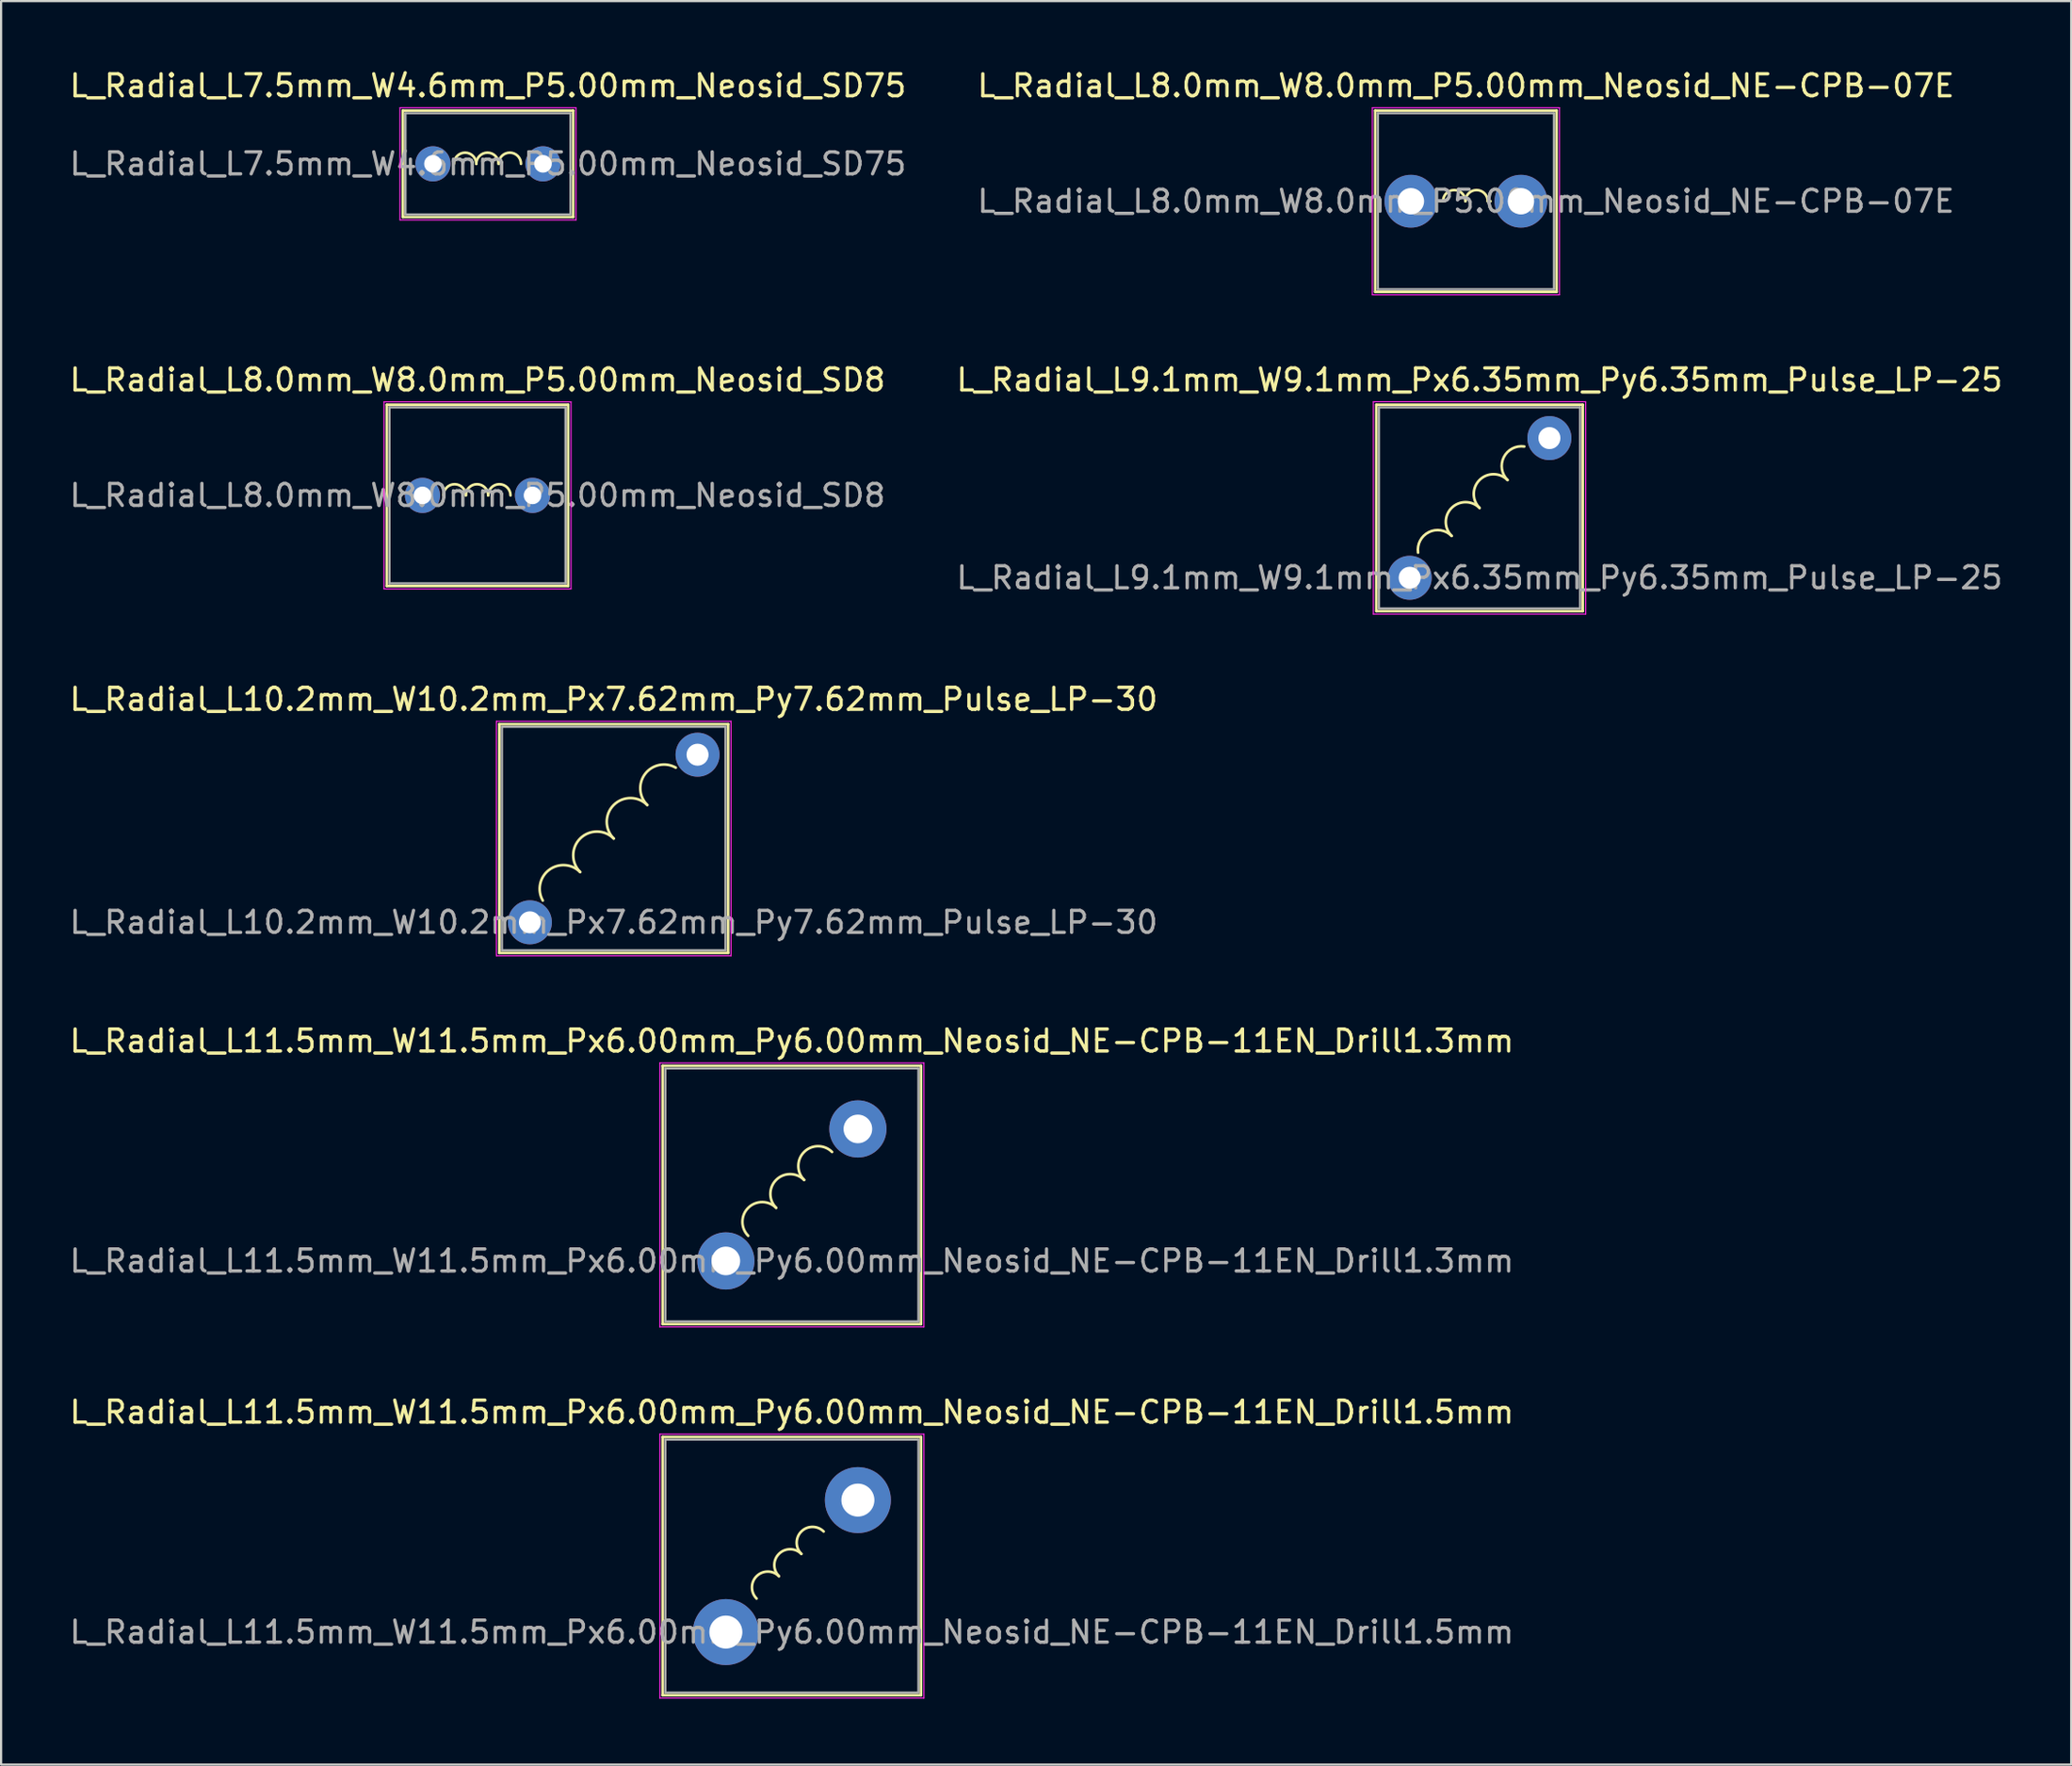
<source format=kicad_pcb>
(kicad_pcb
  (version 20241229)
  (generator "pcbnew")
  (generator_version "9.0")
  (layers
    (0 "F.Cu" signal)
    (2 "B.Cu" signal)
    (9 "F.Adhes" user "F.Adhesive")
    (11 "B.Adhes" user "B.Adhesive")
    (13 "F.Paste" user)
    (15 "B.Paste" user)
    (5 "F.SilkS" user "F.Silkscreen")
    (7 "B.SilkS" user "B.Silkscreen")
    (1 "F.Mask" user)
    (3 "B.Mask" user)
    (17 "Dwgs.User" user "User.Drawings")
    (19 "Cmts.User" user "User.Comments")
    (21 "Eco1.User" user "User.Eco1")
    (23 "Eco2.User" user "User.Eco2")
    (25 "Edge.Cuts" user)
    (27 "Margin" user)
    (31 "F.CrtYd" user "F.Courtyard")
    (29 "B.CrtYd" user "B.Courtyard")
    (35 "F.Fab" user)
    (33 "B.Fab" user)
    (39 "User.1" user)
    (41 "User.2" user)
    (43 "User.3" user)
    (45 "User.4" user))
  (footprint "L_Radial_L7.5mm_W4.6mm_P5.00mm_Neosid_SD75"
    (layer "F.Cu")
    (at 16.625 4.398)
    (property "Reference" "L_Radial_L7.5mm_W4.6mm_P5.00mm_Neosid_SD75" (at 2.5 -3.55 0) (layer "F.SilkS") (effects (font (size 1 1) (thickness 0.15))))
    (attr through_hole)
    (fp_line (start -1.37 -2.42) (end -1.37 2.42) (stroke (width 0.12) (type solid)) (layer "F.SilkS"))
    (fp_line (start -1.37 -2.42) (end 6.37 -2.42) (stroke (width 0.12) (type solid)) (layer "F.SilkS"))
    (fp_line (start -1.37 2.42) (end 6.37 2.42) (stroke (width 0.12) (type solid)) (layer "F.SilkS"))
    (fp_line (start 6.37 -2.42) (end 6.37 2.42) (stroke (width 0.12) (type solid)) (layer "F.SilkS"))
    (fp_arc (start 0.9525 0) (mid 1.4605 -0.508) (end 1.9685 0) (stroke (width 0.12) (type solid)) (layer "F.SilkS"))
    (fp_arc (start 1.9685 0) (mid 2.4765 -0.508) (end 2.9845 0) (stroke (width 0.12) (type solid)) (layer "F.SilkS"))
    (fp_arc (start 2.9845 0) (mid 3.4925 -0.508) (end 4.0005 0) (stroke (width 0.12) (type solid)) (layer "F.SilkS"))
    (fp_line (start -1.5 -2.55) (end -1.5 2.55) (stroke (width 0.05) (type solid)) (layer "F.CrtYd"))
    (fp_line (start -1.5 2.55) (end 6.5 2.55) (stroke (width 0.05) (type solid)) (layer "F.CrtYd"))
    (fp_line (start 6.5 -2.55) (end -1.5 -2.55) (stroke (width 0.05) (type solid)) (layer "F.CrtYd"))
    (fp_line (start 6.5 2.55) (end 6.5 -2.55) (stroke (width 0.05) (type solid)) (layer "F.CrtYd"))
    (fp_line (start -1.25 -2.3) (end -1.25 2.3) (stroke (width 0.1) (type solid)) (layer "F.Fab"))
    (fp_line (start -1.25 2.3) (end 6.25 2.3) (stroke (width 0.1) (type solid)) (layer "F.Fab"))
    (fp_line (start 6.25 -2.3) (end -1.25 -2.3) (stroke (width 0.1) (type solid)) (layer "F.Fab"))
    (fp_line (start 6.25 2.3) (end 6.25 -2.3) (stroke (width 0.1) (type solid)) (layer "F.Fab"))
    (fp_text user "${REFERENCE}" (at 2.5 0 0) (layer "F.Fab") (effects (font (size 1 1) (thickness 0.15))))
    (pad "1" thru_hole circle (at 0 0) (size 1.6 1.6) (drill 0.8) (layers "*.Cu" "*.Mask"))
    (pad "2" thru_hole circle (at 5 0) (size 1.6 1.6) (drill 0.8) (layers "*.Cu" "*.Mask")))
  (footprint "L_Radial_L11.5mm_W11.5mm_Px6.00mm_Py6.00mm_Neosid_NE-CPB-11EN_Drill1.3mm"
    (layer "F.Cu")
    (at 29.935 54.273)
    (property "Reference" "L_Radial_L11.5mm_W11.5mm_Px6.00mm_Py6.00mm_Neosid_NE-CPB-11EN_Drill1.3mm" (at 3 -10 0) (layer "F.SilkS") (effects (font (size 1 1) (thickness 0.15))))
    (attr through_hole)
    (fp_line (start -2.87 -8.87) (end -2.87 2.87) (stroke (width 0.12) (type solid)) (layer "F.SilkS"))
    (fp_line (start -2.87 -8.87) (end 8.87 -8.87) (stroke (width 0.12) (type solid)) (layer "F.SilkS"))
    (fp_line (start -2.87 2.87) (end 8.87 2.87) (stroke (width 0.12) (type solid)) (layer "F.SilkS"))
    (fp_line (start 8.87 -8.87) (end 8.87 2.87) (stroke (width 0.12) (type solid)) (layer "F.SilkS"))
    (fp_arc (start 1.016 -1.143) (mid 1.016 -2.412998) (end 2.285998 -2.412998) (stroke (width 0.12) (type solid)) (layer "F.SilkS"))
    (fp_arc (start 2.286 -2.413) (mid 2.286 -3.682998) (end 3.555998 -3.682998) (stroke (width 0.12) (type solid)) (layer "F.SilkS"))
    (fp_arc (start 3.556 -3.683) (mid 3.556 -4.952998) (end 4.825998 -4.952998) (stroke (width 0.12) (type solid)) (layer "F.SilkS"))
    (fp_line (start -3 -9) (end -3 3) (stroke (width 0.05) (type solid)) (layer "F.CrtYd"))
    (fp_line (start -3 3) (end 9 3) (stroke (width 0.05) (type solid)) (layer "F.CrtYd"))
    (fp_line (start 9 -9) (end -3 -9) (stroke (width 0.05) (type solid)) (layer "F.CrtYd"))
    (fp_line (start 9 3) (end 9 -9) (stroke (width 0.05) (type solid)) (layer "F.CrtYd"))
    (fp_line (start -2.75 -8.75) (end -2.75 2.75) (stroke (width 0.1) (type solid)) (layer "F.Fab"))
    (fp_line (start -2.75 2.75) (end 8.75 2.75) (stroke (width 0.1) (type solid)) (layer "F.Fab"))
    (fp_line (start 8.75 -8.75) (end -2.75 -8.75) (stroke (width 0.1) (type solid)) (layer "F.Fab"))
    (fp_line (start 8.75 2.75) (end 8.75 -8.75) (stroke (width 0.1) (type solid)) (layer "F.Fab"))
    (fp_text user "${REFERENCE}" (at 3 0 0) (layer "F.Fab") (effects (font (size 1 1) (thickness 0.15))))
    (pad "1" thru_hole circle (at 0 0) (size 2.6 2.6) (drill 1.3) (layers "*.Cu" "*.Mask"))
    (pad "2" thru_hole circle (at 6 -6) (size 2.6 2.6) (drill 1.3) (layers "*.Cu" "*.Mask")))
  (footprint "L_Radial_L8.0mm_W8.0mm_P5.00mm_Neosid_NE-CPB-07E"
    (layer "F.Cu")
    (at 61.065 6.098)
    (property "Reference" "L_Radial_L8.0mm_W8.0mm_P5.00mm_Neosid_NE-CPB-07E" (at 2.5 -5.25 0) (layer "F.SilkS") (effects (font (size 1 1) (thickness 0.15))))
    (attr through_hole)
    (fp_line (start -1.62 -4.12) (end -1.62 4.12) (stroke (width 0.12) (type solid)) (layer "F.SilkS"))
    (fp_line (start -1.62 -4.12) (end 6.62 -4.12) (stroke (width 0.12) (type solid)) (layer "F.SilkS"))
    (fp_line (start -1.62 4.12) (end 6.62 4.12) (stroke (width 0.12) (type solid)) (layer "F.SilkS"))
    (fp_line (start 1.46 0) (end 1.333 0) (stroke (width 0.12) (type solid)) (layer "F.SilkS"))
    (fp_line (start 3.493 0) (end 3.619 0) (stroke (width 0.12) (type solid)) (layer "F.SilkS"))
    (fp_line (start 6.62 -4.12) (end 6.62 4.12) (stroke (width 0.12) (type solid)) (layer "F.SilkS"))
    (fp_arc (start 1.4605 0) (mid 1.9685 -0.508) (end 2.4765 0) (stroke (width 0.12) (type solid)) (layer "F.SilkS"))
    (fp_arc (start 2.4765 0) (mid 2.9845 -0.508) (end 3.4925 0) (stroke (width 0.12) (type solid)) (layer "F.SilkS"))
    (fp_line (start -1.75 -4.25) (end -1.75 4.25) (stroke (width 0.05) (type solid)) (layer "F.CrtYd"))
    (fp_line (start -1.75 4.25) (end 6.75 4.25) (stroke (width 0.05) (type solid)) (layer "F.CrtYd"))
    (fp_line (start 6.75 -4.25) (end -1.75 -4.25) (stroke (width 0.05) (type solid)) (layer "F.CrtYd"))
    (fp_line (start 6.75 4.25) (end 6.75 -4.25) (stroke (width 0.05) (type solid)) (layer "F.CrtYd"))
    (fp_line (start -1.5 -4) (end -1.5 4) (stroke (width 0.1) (type solid)) (layer "F.Fab"))
    (fp_line (start -1.5 4) (end 6.5 4) (stroke (width 0.1) (type solid)) (layer "F.Fab"))
    (fp_line (start 6.5 -4) (end -1.5 -4) (stroke (width 0.1) (type solid)) (layer "F.Fab"))
    (fp_line (start 6.5 4) (end 6.5 -4) (stroke (width 0.1) (type solid)) (layer "F.Fab"))
    (fp_text user "${REFERENCE}" (at 2.5 0 0) (layer "F.Fab") (effects (font (size 1 1) (thickness 0.15))))
    (pad "1" thru_hole circle (at 0 0) (size 2.4 2.4) (drill 1.2) (layers "*.Cu" "*.Mask"))
    (pad "2" thru_hole circle (at 5 0) (size 2.4 2.4) (drill 1.2) (layers "*.Cu" "*.Mask")))
  (footprint "L_Radial_L10.2mm_W10.2mm_Px7.62mm_Py7.62mm_Pulse_LP-30"
    (layer "F.Cu")
    (at 21.029 38.88)
    (property "Reference" "L_Radial_L10.2mm_W10.2mm_Px7.62mm_Py7.62mm_Pulse_LP-30" (at 3.81 -10.14 0) (layer "F.SilkS") (effects (font (size 1 1) (thickness 0.15))))
    (attr through_hole)
    (fp_line (start -1.39 -9.01) (end -1.39 1.39) (stroke (width 0.12) (type solid)) (layer "F.SilkS"))
    (fp_line (start -1.39 -9.01) (end 9.01 -9.01) (stroke (width 0.12) (type solid)) (layer "F.SilkS"))
    (fp_line (start -1.39 1.39) (end 9.01 1.39) (stroke (width 0.12) (type solid)) (layer "F.SilkS"))
    (fp_line (start 9.01 -9.01) (end 9.01 1.39) (stroke (width 0.12) (type solid)) (layer "F.SilkS"))
    (fp_arc (start 0.588353 -0.989345) (mid 0.869884 -2.380402) (end 2.286001 -2.286001) (stroke (width 0.12) (type solid)) (layer "F.SilkS"))
    (fp_arc (start 2.285999 -2.285999) (mid 2.285999 -3.810001) (end 3.810001 -3.810001) (stroke (width 0.12) (type solid)) (layer "F.SilkS"))
    (fp_arc (start 3.809999 -3.809999) (mid 3.809999 -5.334001) (end 5.334001 -5.334001) (stroke (width 0.12) (type solid)) (layer "F.SilkS"))
    (fp_arc (start 5.334001 -5.334001) (mid 5.239601 -6.750114) (end 6.630654 -7.031644) (stroke (width 0.12) (type solid)) (layer "F.SilkS"))
    (fp_line (start -1.52 -9.14) (end -1.52 1.52) (stroke (width 0.05) (type solid)) (layer "F.CrtYd"))
    (fp_line (start -1.52 1.52) (end 9.14 1.52) (stroke (width 0.05) (type solid)) (layer "F.CrtYd"))
    (fp_line (start 9.14 -9.14) (end -1.52 -9.14) (stroke (width 0.05) (type solid)) (layer "F.CrtYd"))
    (fp_line (start 9.14 1.52) (end 9.14 -9.14) (stroke (width 0.05) (type solid)) (layer "F.CrtYd"))
    (fp_line (start -1.27 -8.89) (end -1.27 1.27) (stroke (width 0.1) (type solid)) (layer "F.Fab"))
    (fp_line (start -1.27 1.27) (end 8.89 1.27) (stroke (width 0.1) (type solid)) (layer "F.Fab"))
    (fp_line (start 8.89 -8.89) (end -1.27 -8.89) (stroke (width 0.1) (type solid)) (layer "F.Fab"))
    (fp_line (start 8.89 1.27) (end 8.89 -8.89) (stroke (width 0.1) (type solid)) (layer "F.Fab"))
    (fp_text user "${REFERENCE}" (at 3.81 0 0) (layer "F.Fab") (effects (font (size 1 1) (thickness 0.15))))
    (pad "1" thru_hole circle (at 0 0) (size 2 2) (drill 1) (layers "*.Cu" "*.Mask"))
    (pad "2" thru_hole circle (at 7.62 -7.62) (size 2 2) (drill 1) (layers "*.Cu" "*.Mask")))
  (footprint "L_Radial_L11.5mm_W11.5mm_Px6.00mm_Py6.00mm_Neosid_NE-CPB-11EN_Drill1.5mm"
    (layer "F.Cu")
    (at 29.935 71.146)
    (property "Reference" "L_Radial_L11.5mm_W11.5mm_Px6.00mm_Py6.00mm_Neosid_NE-CPB-11EN_Drill1.5mm" (at 3 -10 0) (layer "F.SilkS") (effects (font (size 1 1) (thickness 0.15))))
    (attr through_hole)
    (fp_line (start -2.87 -8.87) (end -2.87 2.87) (stroke (width 0.12) (type solid)) (layer "F.SilkS"))
    (fp_line (start -2.87 -8.87) (end 8.87 -8.87) (stroke (width 0.12) (type solid)) (layer "F.SilkS"))
    (fp_line (start -2.87 2.87) (end 8.87 2.87) (stroke (width 0.12) (type solid)) (layer "F.SilkS"))
    (fp_line (start 8.87 -8.87) (end 8.87 2.87) (stroke (width 0.12) (type solid)) (layer "F.SilkS"))
    (fp_arc (start 1.396996 -1.523996) (mid 1.396996 -2.539998) (end 2.412998 -2.539998) (stroke (width 0.12) (type solid)) (layer "F.SilkS"))
    (fp_arc (start 2.412998 -2.539998) (mid 2.412998 -3.556) (end 3.429 -3.556) (stroke (width 0.12) (type solid)) (layer "F.SilkS"))
    (fp_arc (start 3.429 -3.556) (mid 3.429 -4.571998) (end 4.444998 -4.571998) (stroke (width 0.12) (type solid)) (layer "F.SilkS"))
    (fp_line (start -3 -9) (end -3 3) (stroke (width 0.05) (type solid)) (layer "F.CrtYd"))
    (fp_line (start -3 3) (end 9 3) (stroke (width 0.05) (type solid)) (layer "F.CrtYd"))
    (fp_line (start 9 -9) (end -3 -9) (stroke (width 0.05) (type solid)) (layer "F.CrtYd"))
    (fp_line (start 9 3) (end 9 -9) (stroke (width 0.05) (type solid)) (layer "F.CrtYd"))
    (fp_line (start -2.75 -8.75) (end -2.75 2.75) (stroke (width 0.1) (type solid)) (layer "F.Fab"))
    (fp_line (start -2.75 2.75) (end 8.75 2.75) (stroke (width 0.1) (type solid)) (layer "F.Fab"))
    (fp_line (start 8.75 -8.75) (end -2.75 -8.75) (stroke (width 0.1) (type solid)) (layer "F.Fab"))
    (fp_line (start 8.75 2.75) (end 8.75 -8.75) (stroke (width 0.1) (type solid)) (layer "F.Fab"))
    (fp_text user "${REFERENCE}" (at 3 0 0) (layer "F.Fab") (effects (font (size 1 1) (thickness 0.15))))
    (pad "1" thru_hole circle (at 0 0) (size 3 3) (drill 1.5) (layers "*.Cu" "*.Mask"))
    (pad "2" thru_hole circle (at 6 -6) (size 3 3) (drill 1.5) (layers "*.Cu" "*.Mask")))
  (footprint "L_Radial_L8.0mm_W8.0mm_P5.00mm_Neosid_SD8"
    (layer "F.Cu")
    (at 16.149 19.471)
    (property "Reference" "L_Radial_L8.0mm_W8.0mm_P5.00mm_Neosid_SD8" (at 2.5 -5.25 0) (layer "F.SilkS") (effects (font (size 1 1) (thickness 0.15))))
    (attr through_hole)
    (fp_line (start -1.62 -4.12) (end -1.62 4.12) (stroke (width 0.12) (type solid)) (layer "F.SilkS"))
    (fp_line (start -1.62 -4.12) (end 6.62 -4.12) (stroke (width 0.12) (type solid)) (layer "F.SilkS"))
    (fp_line (start -1.62 4.12) (end 6.62 4.12) (stroke (width 0.12) (type solid)) (layer "F.SilkS"))
    (fp_line (start 6.62 -4.12) (end 6.62 4.12) (stroke (width 0.12) (type solid)) (layer "F.SilkS"))
    (fp_arc (start 0.9525 0) (mid 1.4605 -0.508) (end 1.9685 0) (stroke (width 0.12) (type solid)) (layer "F.SilkS"))
    (fp_arc (start 1.9685 0) (mid 2.4765 -0.508) (end 2.9845 0) (stroke (width 0.12) (type solid)) (layer "F.SilkS"))
    (fp_arc (start 2.9845 0) (mid 3.4925 -0.508) (end 4.0005 0) (stroke (width 0.12) (type solid)) (layer "F.SilkS"))
    (fp_line (start -1.75 -4.25) (end -1.75 4.25) (stroke (width 0.05) (type solid)) (layer "F.CrtYd"))
    (fp_line (start -1.75 4.25) (end 6.75 4.25) (stroke (width 0.05) (type solid)) (layer "F.CrtYd"))
    (fp_line (start 6.75 -4.25) (end -1.75 -4.25) (stroke (width 0.05) (type solid)) (layer "F.CrtYd"))
    (fp_line (start 6.75 4.25) (end 6.75 -4.25) (stroke (width 0.05) (type solid)) (layer "F.CrtYd"))
    (fp_line (start -1.5 -4) (end -1.5 4) (stroke (width 0.1) (type solid)) (layer "F.Fab"))
    (fp_line (start -1.5 4) (end 6.5 4) (stroke (width 0.1) (type solid)) (layer "F.Fab"))
    (fp_line (start 6.5 -4) (end -1.5 -4) (stroke (width 0.1) (type solid)) (layer "F.Fab"))
    (fp_line (start 6.5 4) (end 6.5 -4) (stroke (width 0.1) (type solid)) (layer "F.Fab"))
    (fp_text user "${REFERENCE}" (at 2.5 0 0) (layer "F.Fab") (effects (font (size 1 1) (thickness 0.15))))
    (pad "1" thru_hole circle (at 0 0) (size 1.6 1.6) (drill 0.8) (layers "*.Cu" "*.Mask"))
    (pad "2" thru_hole circle (at 5 0) (size 1.6 1.6) (drill 0.8) (layers "*.Cu" "*.Mask")))
  (footprint "L_Radial_L9.1mm_W9.1mm_Px6.35mm_Py6.35mm_Pulse_LP-25"
    (layer "F.Cu")
    (at 61.01 23.216)
    (property "Reference" "L_Radial_L9.1mm_W9.1mm_Px6.35mm_Py6.35mm_Pulse_LP-25" (at 3.175 -8.995 0) (layer "F.SilkS") (effects (font (size 1 1) (thickness 0.15))))
    (attr through_hole)
    (fp_line (start -1.515 -7.865) (end -1.515 1.515) (stroke (width 0.12) (type solid)) (layer "F.SilkS"))
    (fp_line (start -1.515 -7.865) (end 7.865 -7.865) (stroke (width 0.12) (type solid)) (layer "F.SilkS"))
    (fp_line (start -1.515 1.515) (end 7.865 1.515) (stroke (width 0.12) (type solid)) (layer "F.SilkS"))
    (fp_line (start 7.865 -7.865) (end 7.865 1.515) (stroke (width 0.12) (type solid)) (layer "F.SilkS"))
    (fp_arc (start 0.381001 -1.143) (mid 0.868391 -2.073218) (end 1.904999 -1.904999) (stroke (width 0.12) (type solid)) (layer "F.SilkS"))
    (fp_arc (start 1.905001 -1.905001) (mid 1.905001 -3.174999) (end 3.174999 -3.174999) (stroke (width 0.12) (type solid)) (layer "F.SilkS"))
    (fp_arc (start 3.175001 -3.175001) (mid 3.175001 -4.444999) (end 4.444999 -4.444999) (stroke (width 0.12) (type solid)) (layer "F.SilkS"))
    (fp_arc (start 4.445001 -4.445001) (mid 4.276783 -5.481609) (end 5.207 -5.968999) (stroke (width 0.12) (type solid)) (layer "F.SilkS"))
    (fp_line (start -1.65 -8) (end -1.65 1.65) (stroke (width 0.05) (type solid)) (layer "F.CrtYd"))
    (fp_line (start -1.65 1.65) (end 8 1.65) (stroke (width 0.05) (type solid)) (layer "F.CrtYd"))
    (fp_line (start 8 -8) (end -1.65 -8) (stroke (width 0.05) (type solid)) (layer "F.CrtYd"))
    (fp_line (start 8 1.65) (end 8 -8) (stroke (width 0.05) (type solid)) (layer "F.CrtYd"))
    (fp_line (start -1.395 -7.745) (end -1.395 1.395) (stroke (width 0.1) (type solid)) (layer "F.Fab"))
    (fp_line (start -1.395 1.395) (end 7.745 1.395) (stroke (width 0.1) (type solid)) (layer "F.Fab"))
    (fp_line (start 7.745 -7.745) (end -1.395 -7.745) (stroke (width 0.1) (type solid)) (layer "F.Fab"))
    (fp_line (start 7.745 1.395) (end 7.745 -7.745) (stroke (width 0.1) (type solid)) (layer "F.Fab"))
    (fp_text user "${REFERENCE}" (at 3.175 0 0) (layer "F.Fab") (effects (font (size 1 1) (thickness 0.15))))
    (pad "1" thru_hole circle (at 0 0) (size 2 2) (drill 1) (layers "*.Cu" "*.Mask"))
    (pad "2" thru_hole circle (at 6.35 -6.35) (size 2 2) (drill 1) (layers "*.Cu" "*.Mask")))
  (gr_rect
    (start -3 -3)
    (end 91.071 77.171)
    (stroke (width 0.1) (type default))
    (fill no)
    (layer "Edge.Cuts")))
</source>
